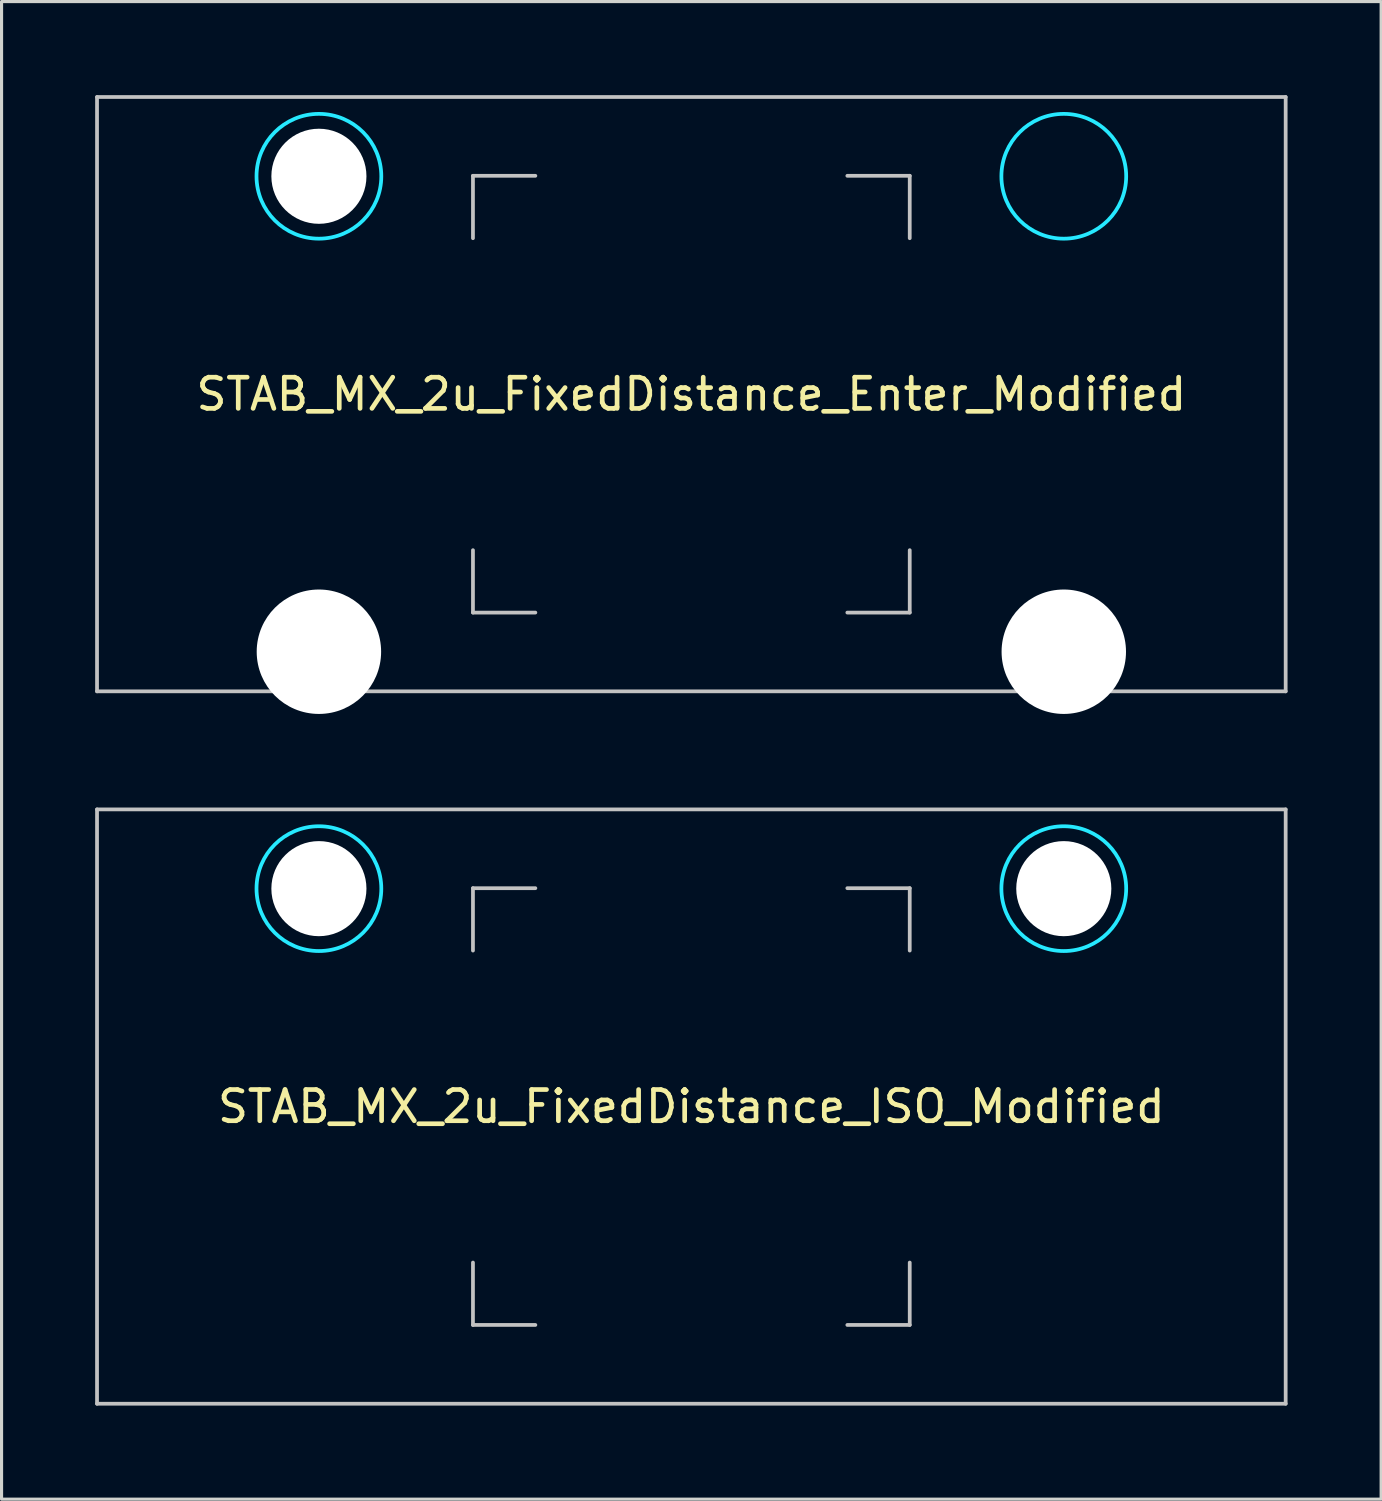
<source format=kicad_pcb>
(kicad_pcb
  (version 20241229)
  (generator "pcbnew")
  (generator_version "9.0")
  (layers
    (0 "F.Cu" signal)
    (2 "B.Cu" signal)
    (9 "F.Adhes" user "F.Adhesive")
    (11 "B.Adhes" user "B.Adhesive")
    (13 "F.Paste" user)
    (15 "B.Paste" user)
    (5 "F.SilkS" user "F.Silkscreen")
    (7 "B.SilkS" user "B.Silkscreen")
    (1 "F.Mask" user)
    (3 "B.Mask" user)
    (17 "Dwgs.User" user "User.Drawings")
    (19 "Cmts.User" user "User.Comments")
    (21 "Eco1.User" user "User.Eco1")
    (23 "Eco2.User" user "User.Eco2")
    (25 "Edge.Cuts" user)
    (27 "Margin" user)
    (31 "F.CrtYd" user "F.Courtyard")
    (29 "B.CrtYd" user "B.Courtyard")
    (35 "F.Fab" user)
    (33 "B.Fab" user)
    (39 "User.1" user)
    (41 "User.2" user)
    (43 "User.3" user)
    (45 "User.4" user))
  (footprint "STAB_MX_2u_FixedDistance_Enter_Modified"
    (layer "F.Cu")
    (at 19.11 9.585)
    (property "Reference" "STAB_MX_2u_FixedDistance_Enter_Modified" (at 0 0 0) (layer "F.SilkS") (effects (font (size 1 1) (thickness 0.15))))
    (attr through_hole exclude_from_pos_files exclude_from_bom)
    (fp_line (start -19.05 -9.525) (end -19.05 9.525) (stroke (width 0.12) (type solid)) (layer "Dwgs.User"))
    (fp_line (start -19.05 -9.525) (end 19.05 -9.525) (stroke (width 0.12) (type solid)) (layer "Dwgs.User"))
    (fp_line (start -19.05 9.525) (end 19.05 9.525) (stroke (width 0.12) (type solid)) (layer "Dwgs.User"))
    (fp_line (start -7 -7) (end -5 -7) (stroke (width 0.12) (type solid)) (layer "Dwgs.User"))
    (fp_line (start -7 -5) (end -7 -7) (stroke (width 0.12) (type solid)) (layer "Dwgs.User"))
    (fp_line (start -7 7) (end -7 5) (stroke (width 0.12) (type solid)) (layer "Dwgs.User"))
    (fp_line (start -5 7) (end -7 7) (stroke (width 0.12) (type solid)) (layer "Dwgs.User"))
    (fp_line (start 5 -7) (end 7 -7) (stroke (width 0.12) (type solid)) (layer "Dwgs.User"))
    (fp_line (start 5 7) (end 7 7) (stroke (width 0.12) (type solid)) (layer "Dwgs.User"))
    (fp_line (start 7 -7) (end 7 -5) (stroke (width 0.12) (type solid)) (layer "Dwgs.User"))
    (fp_line (start 7 7) (end 7 5) (stroke (width 0.12) (type solid)) (layer "Dwgs.User"))
    (fp_line (start 19.05 -9.525) (end 19.05 9.525) (stroke (width 0.12) (type solid)) (layer "Dwgs.User"))
    (fp_line (start -15.281 -5.5) (end -15.281 7.5) (stroke (width 0.05) (type solid)) (layer "Eco2.User"))
    (fp_line (start -14.781 -6) (end -9.031 -6) (stroke (width 0.05) (type solid)) (layer "Eco2.User"))
    (fp_line (start -14.781 8) (end -9.031 8) (stroke (width 0.05) (type solid)) (layer "Eco2.User"))
    (fp_line (start -8.531 -5.5) (end -8.531 7.5) (stroke (width 0.05) (type solid)) (layer "Eco2.User"))
    (fp_line (start 8.531 -5.5) (end 8.531 7.5) (stroke (width 0.05) (type solid)) (layer "Eco2.User"))
    (fp_line (start 9.031 -6) (end 14.78 -6) (stroke (width 0.05) (type solid)) (layer "Eco2.User"))
    (fp_line (start 9.031 8) (end 14.781 8) (stroke (width 0.05) (type solid)) (layer "Eco2.User"))
    (fp_line (start 15.28 -5.5) (end 15.281 7.5) (stroke (width 0.05) (type solid)) (layer "Eco2.User"))
    (fp_arc (start -15.28125 -5.499999) (mid -15.134803 -5.853552) (end -14.78125 -5.999999) (stroke (width 0.05) (type solid)) (layer "Eco2.User"))
    (fp_arc (start -14.78125 8.000001) (mid -15.134803 7.853554) (end -15.28125 7.500001) (stroke (width 0.05) (type solid)) (layer "Eco2.User"))
    (fp_arc (start -9.03125 -5.999999) (mid -8.677697 -5.853552) (end -8.53125 -5.499999) (stroke (width 0.05) (type solid)) (layer "Eco2.User"))
    (fp_arc (start -8.53125 7.500001) (mid -8.677697 7.853554) (end -9.03125 8.000001) (stroke (width 0.05) (type solid)) (layer "Eco2.User"))
    (fp_arc (start 8.53125 -5.499999) (mid 8.677697 -5.853552) (end 9.03125 -5.999999) (stroke (width 0.05) (type solid)) (layer "Eco2.User"))
    (fp_arc (start 9.03125 8.000001) (mid 8.677697 7.853554) (end 8.53125 7.500001) (stroke (width 0.05) (type solid)) (layer "Eco2.User"))
    (fp_arc (start 14.780039 -5.999999) (mid 15.133592 -5.853552) (end 15.280039 -5.499999) (stroke (width 0.05) (type solid)) (layer "Eco2.User"))
    (fp_arc (start 15.28125 7.500001) (mid 15.134803 7.853554) (end 14.78125 8.000001) (stroke (width 0.05) (type solid)) (layer "Eco2.User"))
    (fp_circle (center -11.938 -6.985) (end -9.938 -6.985) (stroke (width 0.12) (type solid)) (fill no) (layer "B.CrtYd"))
    (fp_circle (center 11.938 -6.985) (end 13.938 -6.985) (stroke (width 0.12) (type solid)) (fill no) (layer "B.CrtYd"))
    (pad "" np_thru_hole circle (at -11.938 -6.985) (size 3.048 3.048) (drill 3.048) (layers "*.Cu" "*.Mask"))
    (pad "" np_thru_hole circle (at -11.938 8.255) (size 3.988 3.988) (drill 3.988) (layers "*.Cu" "*.Mask"))
    (pad "" np_thru_hole circle (at 11.938 8.255) (size 3.988 3.988) (drill 3.988) (layers "*.Cu" "*.Mask")))
  (footprint "STAB_MX_2u_FixedDistance_ISO_Modified"
    (layer "F.Cu")
    (at 19.11 32.419)
    (property "Reference" "STAB_MX_2u_FixedDistance_ISO_Modified" (at 0 0 0) (layer "F.SilkS") (effects (font (size 1 1) (thickness 0.15))))
    (attr through_hole exclude_from_pos_files exclude_from_bom)
    (fp_line (start -19.05 -9.525) (end -19.05 9.525) (stroke (width 0.12) (type solid)) (layer "Dwgs.User"))
    (fp_line (start -19.05 -9.525) (end 19.05 -9.525) (stroke (width 0.12) (type solid)) (layer "Dwgs.User"))
    (fp_line (start -19.05 9.525) (end 19.05 9.525) (stroke (width 0.12) (type solid)) (layer "Dwgs.User"))
    (fp_line (start -7 -7) (end -5 -7) (stroke (width 0.12) (type solid)) (layer "Dwgs.User"))
    (fp_line (start -7 -5) (end -7 -7) (stroke (width 0.12) (type solid)) (layer "Dwgs.User"))
    (fp_line (start -7 7) (end -7 5) (stroke (width 0.12) (type solid)) (layer "Dwgs.User"))
    (fp_line (start -5 7) (end -7 7) (stroke (width 0.12) (type solid)) (layer "Dwgs.User"))
    (fp_line (start 5 -7) (end 7 -7) (stroke (width 0.12) (type solid)) (layer "Dwgs.User"))
    (fp_line (start 5 7) (end 7 7) (stroke (width 0.12) (type solid)) (layer "Dwgs.User"))
    (fp_line (start 7 -7) (end 7 -5) (stroke (width 0.12) (type solid)) (layer "Dwgs.User"))
    (fp_line (start 7 7) (end 7 5) (stroke (width 0.12) (type solid)) (layer "Dwgs.User"))
    (fp_line (start 19.05 -9.525) (end 19.05 9.525) (stroke (width 0.12) (type solid)) (layer "Dwgs.User"))
    (fp_line (start -15.281 -5.5) (end -15.281 7.5) (stroke (width 0.05) (type solid)) (layer "Eco2.User"))
    (fp_line (start -14.781 -6) (end -9.031 -6) (stroke (width 0.05) (type solid)) (layer "Eco2.User"))
    (fp_line (start -14.781 8) (end -9.031 8) (stroke (width 0.05) (type solid)) (layer "Eco2.User"))
    (fp_line (start -8.531 -5.5) (end -8.531 7.5) (stroke (width 0.05) (type solid)) (layer "Eco2.User"))
    (fp_line (start 8.531 -5.5) (end 8.531 7.5) (stroke (width 0.05) (type solid)) (layer "Eco2.User"))
    (fp_line (start 9.031 -6) (end 14.78 -6) (stroke (width 0.05) (type solid)) (layer "Eco2.User"))
    (fp_line (start 9.031 8) (end 14.781 8) (stroke (width 0.05) (type solid)) (layer "Eco2.User"))
    (fp_line (start 15.28 -5.5) (end 15.281 7.5) (stroke (width 0.05) (type solid)) (layer "Eco2.User"))
    (fp_arc (start -15.28125 -5.499999) (mid -15.134803 -5.853552) (end -14.78125 -5.999999) (stroke (width 0.05) (type solid)) (layer "Eco2.User"))
    (fp_arc (start -14.78125 8.000001) (mid -15.134803 7.853554) (end -15.28125 7.500001) (stroke (width 0.05) (type solid)) (layer "Eco2.User"))
    (fp_arc (start -9.03125 -5.999999) (mid -8.677697 -5.853552) (end -8.53125 -5.499999) (stroke (width 0.05) (type solid)) (layer "Eco2.User"))
    (fp_arc (start -8.53125 7.500001) (mid -8.677697 7.853554) (end -9.03125 8.000001) (stroke (width 0.05) (type solid)) (layer "Eco2.User"))
    (fp_arc (start 8.53125 -5.499999) (mid 8.677697 -5.853552) (end 9.03125 -5.999999) (stroke (width 0.05) (type solid)) (layer "Eco2.User"))
    (fp_arc (start 9.03125 8.000001) (mid 8.677697 7.853554) (end 8.53125 7.500001) (stroke (width 0.05) (type solid)) (layer "Eco2.User"))
    (fp_arc (start 14.780039 -5.999999) (mid 15.133592 -5.853552) (end 15.280039 -5.499999) (stroke (width 0.05) (type solid)) (layer "Eco2.User"))
    (fp_arc (start 15.28125 7.500001) (mid 15.134803 7.853554) (end 14.78125 8.000001) (stroke (width 0.05) (type solid)) (layer "Eco2.User"))
    (fp_circle (center -11.938 -6.985) (end -9.938 -6.985) (stroke (width 0.12) (type solid)) (fill no) (layer "B.CrtYd"))
    (fp_circle (center 11.938 -6.985) (end 13.938 -6.985) (stroke (width 0.12) (type solid)) (fill no) (layer "B.CrtYd"))
    (pad "" np_thru_hole circle (at -11.938 -6.985) (size 3.048 3.048) (drill 3.048) (layers "*.Cu" "*.Mask"))
    (pad "" np_thru_hole circle (at 11.938 -6.985) (size 3.048 3.048) (drill 3.048) (layers "*.Cu" "*.Mask")))
  (gr_rect
    (start -3 -3)
    (end 41.22 45.004)
    (stroke (width 0.1) (type default))
    (fill no)
    (layer "Edge.Cuts")))
</source>
